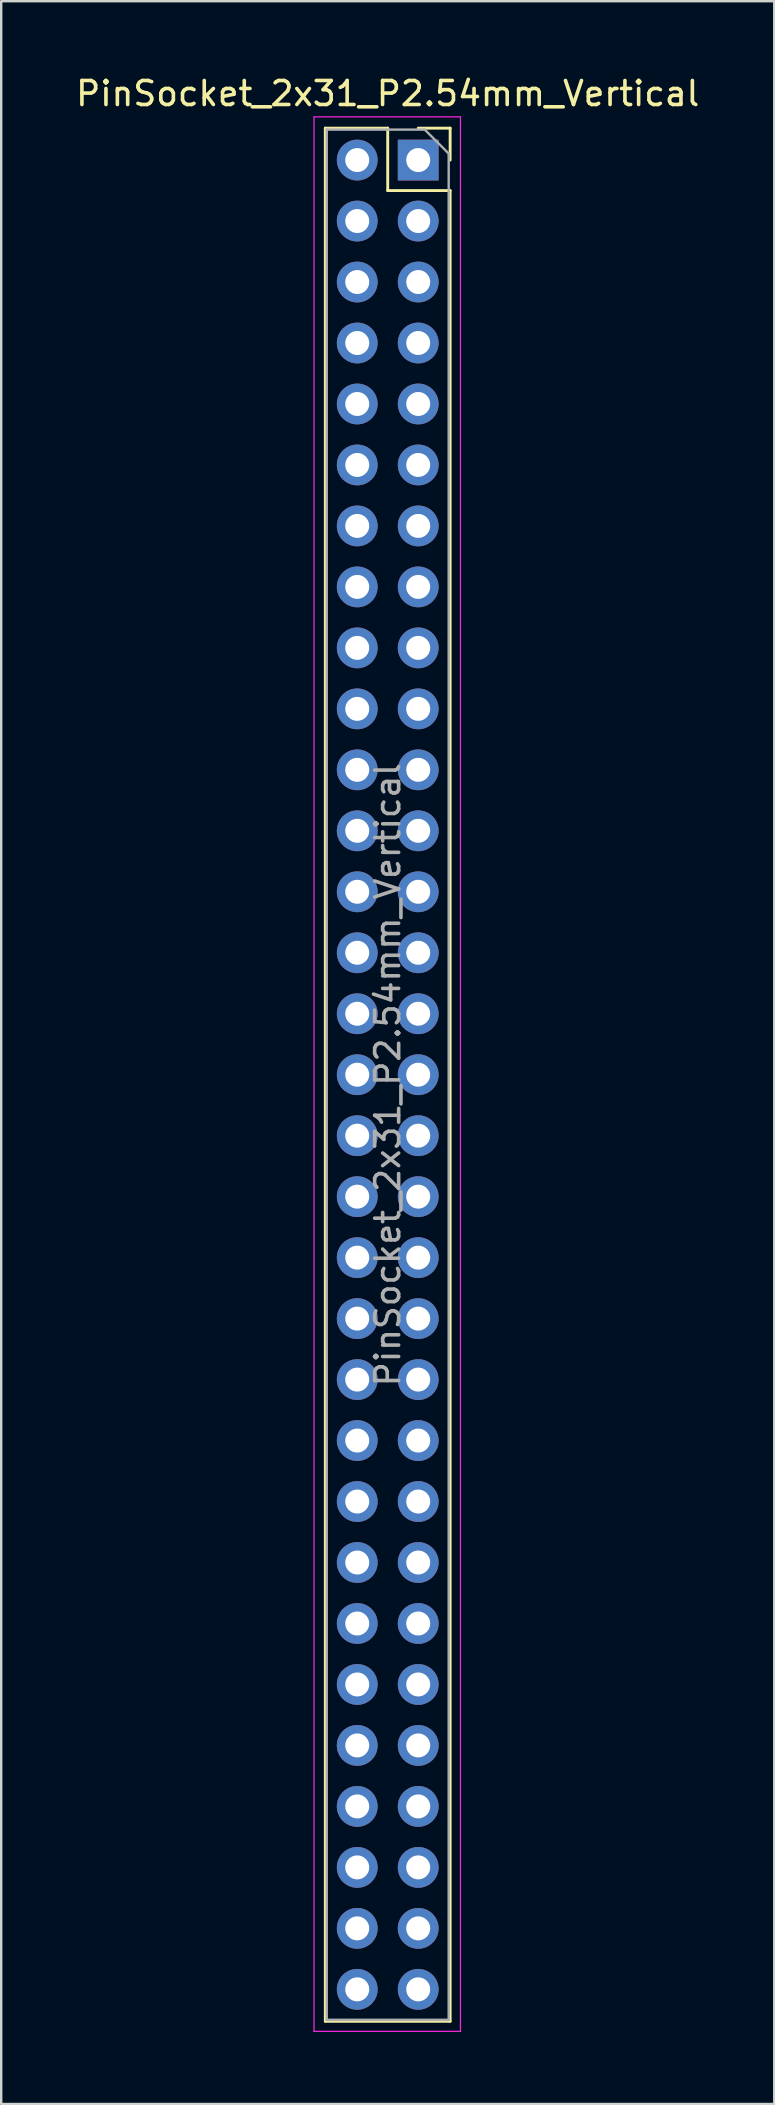
<source format=kicad_pcb>
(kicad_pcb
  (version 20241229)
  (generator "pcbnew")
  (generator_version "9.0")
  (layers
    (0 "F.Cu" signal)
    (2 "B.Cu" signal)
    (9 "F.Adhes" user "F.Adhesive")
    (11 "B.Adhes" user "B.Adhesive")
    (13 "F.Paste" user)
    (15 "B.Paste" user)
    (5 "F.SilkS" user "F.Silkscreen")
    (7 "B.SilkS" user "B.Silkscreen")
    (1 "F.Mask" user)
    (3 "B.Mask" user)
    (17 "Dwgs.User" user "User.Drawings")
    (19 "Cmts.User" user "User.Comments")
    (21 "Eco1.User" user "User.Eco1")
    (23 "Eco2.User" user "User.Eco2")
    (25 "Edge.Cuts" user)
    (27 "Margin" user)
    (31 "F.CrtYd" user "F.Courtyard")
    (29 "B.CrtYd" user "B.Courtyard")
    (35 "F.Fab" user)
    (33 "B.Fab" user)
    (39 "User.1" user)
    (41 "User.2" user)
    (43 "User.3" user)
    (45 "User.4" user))
  (footprint "PinSocket_2x31_P2.54mm_Vertical"
    (layer "F.Cu")
    (at 14.371 3.618)
    (property "Reference" "PinSocket_2x31_P2.54mm_Vertical" (at -1.27 -2.77 0) (layer "F.SilkS") (effects (font (size 1 1) (thickness 0.15))))
    (attr through_hole)
    (fp_line (start -3.87 -1.33) (end -3.87 77.53) (stroke (width 0.12) (type solid)) (layer "F.SilkS"))
    (fp_line (start -3.87 -1.33) (end -1.27 -1.33) (stroke (width 0.12) (type solid)) (layer "F.SilkS"))
    (fp_line (start -3.87 77.53) (end 1.33 77.53) (stroke (width 0.12) (type solid)) (layer "F.SilkS"))
    (fp_line (start -1.27 -1.33) (end -1.27 1.27) (stroke (width 0.12) (type solid)) (layer "F.SilkS"))
    (fp_line (start -1.27 1.27) (end 1.33 1.27) (stroke (width 0.12) (type solid)) (layer "F.SilkS"))
    (fp_line (start 0 -1.33) (end 1.33 -1.33) (stroke (width 0.12) (type solid)) (layer "F.SilkS"))
    (fp_line (start 1.33 -1.33) (end 1.33 0) (stroke (width 0.12) (type solid)) (layer "F.SilkS"))
    (fp_line (start 1.33 1.27) (end 1.33 77.53) (stroke (width 0.12) (type solid)) (layer "F.SilkS"))
    (fp_line (start -4.34 -1.8) (end 1.76 -1.8) (stroke (width 0.05) (type solid)) (layer "F.CrtYd"))
    (fp_line (start -4.34 77.95) (end -4.34 -1.8) (stroke (width 0.05) (type solid)) (layer "F.CrtYd"))
    (fp_line (start 1.76 -1.8) (end 1.76 77.95) (stroke (width 0.05) (type solid)) (layer "F.CrtYd"))
    (fp_line (start 1.76 77.95) (end -4.34 77.95) (stroke (width 0.05) (type solid)) (layer "F.CrtYd"))
    (fp_line (start -3.81 -1.27) (end 0.27 -1.27) (stroke (width 0.1) (type solid)) (layer "F.Fab"))
    (fp_line (start -3.81 77.47) (end -3.81 -1.27) (stroke (width 0.1) (type solid)) (layer "F.Fab"))
    (fp_line (start 0.27 -1.27) (end 1.27 -0.27) (stroke (width 0.1) (type solid)) (layer "F.Fab"))
    (fp_line (start 1.27 -0.27) (end 1.27 77.47) (stroke (width 0.1) (type solid)) (layer "F.Fab"))
    (fp_line (start 1.27 77.47) (end -3.81 77.47) (stroke (width 0.1) (type solid)) (layer "F.Fab"))
    (fp_text user "${REFERENCE}" (at -1.27 38.1 90) (layer "F.Fab") (effects (font (size 1 1) (thickness 0.15))))
    (pad "1" thru_hole rect (at 0 0) (size 1.7 1.7) (drill 1) (layers "*.Cu" "*.Mask"))
    (pad "2" thru_hole oval (at -2.54 0) (size 1.7 1.7) (drill 1) (layers "*.Cu" "*.Mask"))
    (pad "3" thru_hole oval (at 0 2.54) (size 1.7 1.7) (drill 1) (layers "*.Cu" "*.Mask"))
    (pad "4" thru_hole oval (at -2.54 2.54) (size 1.7 1.7) (drill 1) (layers "*.Cu" "*.Mask"))
    (pad "5" thru_hole oval (at 0 5.08) (size 1.7 1.7) (drill 1) (layers "*.Cu" "*.Mask"))
    (pad "6" thru_hole oval (at -2.54 5.08) (size 1.7 1.7) (drill 1) (layers "*.Cu" "*.Mask"))
    (pad "7" thru_hole oval (at 0 7.62) (size 1.7 1.7) (drill 1) (layers "*.Cu" "*.Mask"))
    (pad "8" thru_hole oval (at -2.54 7.62) (size 1.7 1.7) (drill 1) (layers "*.Cu" "*.Mask"))
    (pad "9" thru_hole oval (at 0 10.16) (size 1.7 1.7) (drill 1) (layers "*.Cu" "*.Mask"))
    (pad "10" thru_hole oval (at -2.54 10.16) (size 1.7 1.7) (drill 1) (layers "*.Cu" "*.Mask"))
    (pad "11" thru_hole oval (at 0 12.7) (size 1.7 1.7) (drill 1) (layers "*.Cu" "*.Mask"))
    (pad "12" thru_hole oval (at -2.54 12.7) (size 1.7 1.7) (drill 1) (layers "*.Cu" "*.Mask"))
    (pad "13" thru_hole oval (at 0 15.24) (size 1.7 1.7) (drill 1) (layers "*.Cu" "*.Mask"))
    (pad "14" thru_hole oval (at -2.54 15.24) (size 1.7 1.7) (drill 1) (layers "*.Cu" "*.Mask"))
    (pad "15" thru_hole oval (at 0 17.78) (size 1.7 1.7) (drill 1) (layers "*.Cu" "*.Mask"))
    (pad "16" thru_hole oval (at -2.54 17.78) (size 1.7 1.7) (drill 1) (layers "*.Cu" "*.Mask"))
    (pad "17" thru_hole oval (at 0 20.32) (size 1.7 1.7) (drill 1) (layers "*.Cu" "*.Mask"))
    (pad "18" thru_hole oval (at -2.54 20.32) (size 1.7 1.7) (drill 1) (layers "*.Cu" "*.Mask"))
    (pad "19" thru_hole oval (at 0 22.86) (size 1.7 1.7) (drill 1) (layers "*.Cu" "*.Mask"))
    (pad "20" thru_hole oval (at -2.54 22.86) (size 1.7 1.7) (drill 1) (layers "*.Cu" "*.Mask"))
    (pad "21" thru_hole oval (at 0 25.4) (size 1.7 1.7) (drill 1) (layers "*.Cu" "*.Mask"))
    (pad "22" thru_hole oval (at -2.54 25.4) (size 1.7 1.7) (drill 1) (layers "*.Cu" "*.Mask"))
    (pad "23" thru_hole oval (at 0 27.94) (size 1.7 1.7) (drill 1) (layers "*.Cu" "*.Mask"))
    (pad "24" thru_hole oval (at -2.54 27.94) (size 1.7 1.7) (drill 1) (layers "*.Cu" "*.Mask"))
    (pad "25" thru_hole oval (at 0 30.48) (size 1.7 1.7) (drill 1) (layers "*.Cu" "*.Mask"))
    (pad "26" thru_hole oval (at -2.54 30.48) (size 1.7 1.7) (drill 1) (layers "*.Cu" "*.Mask"))
    (pad "27" thru_hole oval (at 0 33.02) (size 1.7 1.7) (drill 1) (layers "*.Cu" "*.Mask"))
    (pad "28" thru_hole oval (at -2.54 33.02) (size 1.7 1.7) (drill 1) (layers "*.Cu" "*.Mask"))
    (pad "29" thru_hole oval (at 0 35.56) (size 1.7 1.7) (drill 1) (layers "*.Cu" "*.Mask"))
    (pad "30" thru_hole oval (at -2.54 35.56) (size 1.7 1.7) (drill 1) (layers "*.Cu" "*.Mask"))
    (pad "31" thru_hole oval (at 0 38.1) (size 1.7 1.7) (drill 1) (layers "*.Cu" "*.Mask"))
    (pad "32" thru_hole oval (at -2.54 38.1) (size 1.7 1.7) (drill 1) (layers "*.Cu" "*.Mask"))
    (pad "33" thru_hole oval (at 0 40.64) (size 1.7 1.7) (drill 1) (layers "*.Cu" "*.Mask"))
    (pad "34" thru_hole oval (at -2.54 40.64) (size 1.7 1.7) (drill 1) (layers "*.Cu" "*.Mask"))
    (pad "35" thru_hole oval (at 0 43.18) (size 1.7 1.7) (drill 1) (layers "*.Cu" "*.Mask"))
    (pad "36" thru_hole oval (at -2.54 43.18) (size 1.7 1.7) (drill 1) (layers "*.Cu" "*.Mask"))
    (pad "37" thru_hole oval (at 0 45.72) (size 1.7 1.7) (drill 1) (layers "*.Cu" "*.Mask"))
    (pad "38" thru_hole oval (at -2.54 45.72) (size 1.7 1.7) (drill 1) (layers "*.Cu" "*.Mask"))
    (pad "39" thru_hole oval (at 0 48.26) (size 1.7 1.7) (drill 1) (layers "*.Cu" "*.Mask"))
    (pad "40" thru_hole oval (at -2.54 48.26) (size 1.7 1.7) (drill 1) (layers "*.Cu" "*.Mask"))
    (pad "41" thru_hole oval (at 0 50.8) (size 1.7 1.7) (drill 1) (layers "*.Cu" "*.Mask"))
    (pad "42" thru_hole oval (at -2.54 50.8) (size 1.7 1.7) (drill 1) (layers "*.Cu" "*.Mask"))
    (pad "43" thru_hole oval (at 0 53.34) (size 1.7 1.7) (drill 1) (layers "*.Cu" "*.Mask"))
    (pad "44" thru_hole oval (at -2.54 53.34) (size 1.7 1.7) (drill 1) (layers "*.Cu" "*.Mask"))
    (pad "45" thru_hole oval (at 0 55.88) (size 1.7 1.7) (drill 1) (layers "*.Cu" "*.Mask"))
    (pad "46" thru_hole oval (at -2.54 55.88) (size 1.7 1.7) (drill 1) (layers "*.Cu" "*.Mask"))
    (pad "47" thru_hole oval (at 0 58.42) (size 1.7 1.7) (drill 1) (layers "*.Cu" "*.Mask"))
    (pad "48" thru_hole oval (at -2.54 58.42) (size 1.7 1.7) (drill 1) (layers "*.Cu" "*.Mask"))
    (pad "49" thru_hole oval (at 0 60.96) (size 1.7 1.7) (drill 1) (layers "*.Cu" "*.Mask"))
    (pad "50" thru_hole oval (at -2.54 60.96) (size 1.7 1.7) (drill 1) (layers "*.Cu" "*.Mask"))
    (pad "51" thru_hole oval (at 0 63.5) (size 1.7 1.7) (drill 1) (layers "*.Cu" "*.Mask"))
    (pad "52" thru_hole oval (at -2.54 63.5) (size 1.7 1.7) (drill 1) (layers "*.Cu" "*.Mask"))
    (pad "53" thru_hole oval (at 0 66.04) (size 1.7 1.7) (drill 1) (layers "*.Cu" "*.Mask"))
    (pad "54" thru_hole oval (at -2.54 66.04) (size 1.7 1.7) (drill 1) (layers "*.Cu" "*.Mask"))
    (pad "55" thru_hole oval (at 0 68.58) (size 1.7 1.7) (drill 1) (layers "*.Cu" "*.Mask"))
    (pad "56" thru_hole oval (at -2.54 68.58) (size 1.7 1.7) (drill 1) (layers "*.Cu" "*.Mask"))
    (pad "57" thru_hole oval (at 0 71.12) (size 1.7 1.7) (drill 1) (layers "*.Cu" "*.Mask"))
    (pad "58" thru_hole oval (at -2.54 71.12) (size 1.7 1.7) (drill 1) (layers "*.Cu" "*.Mask"))
    (pad "59" thru_hole oval (at 0 73.66) (size 1.7 1.7) (drill 1) (layers "*.Cu" "*.Mask"))
    (pad "60" thru_hole oval (at -2.54 73.66) (size 1.7 1.7) (drill 1) (layers "*.Cu" "*.Mask"))
    (pad "61" thru_hole oval (at 0 76.2) (size 1.7 1.7) (drill 1) (layers "*.Cu" "*.Mask"))
    (pad "62" thru_hole oval (at -2.54 76.2) (size 1.7 1.7) (drill 1) (layers "*.Cu" "*.Mask")))
  (gr_rect
    (start -3 -3)
    (end 29.202 84.593)
    (stroke (width 0.1) (type default))
    (fill no)
    (layer "Edge.Cuts")))
</source>
